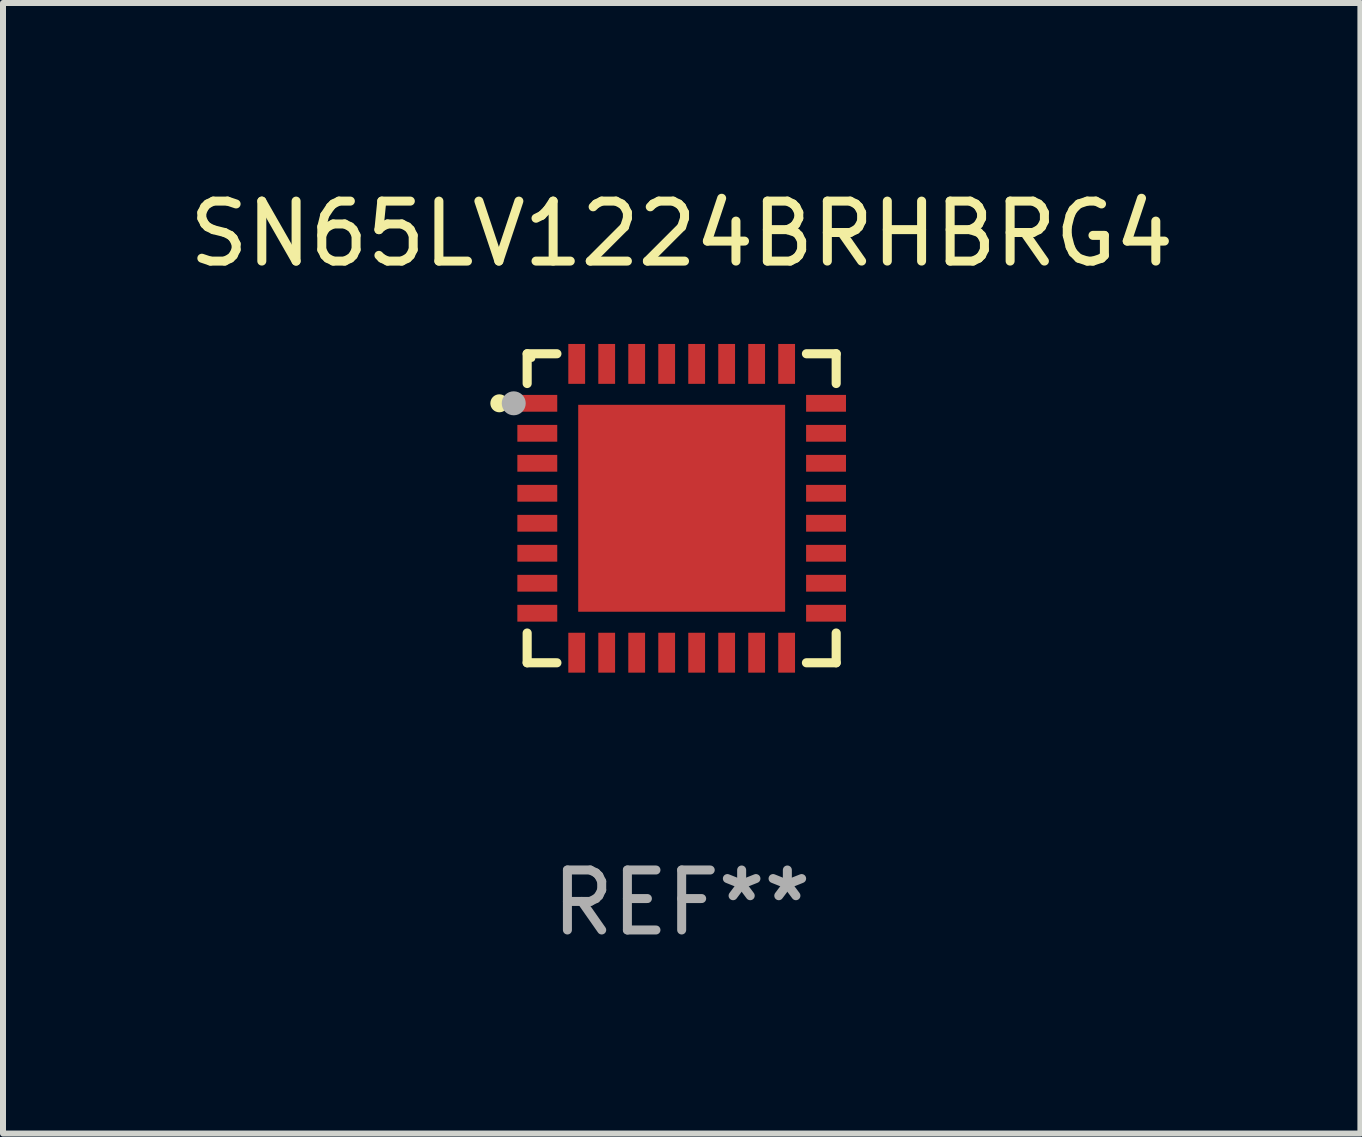
<source format=kicad_pcb>
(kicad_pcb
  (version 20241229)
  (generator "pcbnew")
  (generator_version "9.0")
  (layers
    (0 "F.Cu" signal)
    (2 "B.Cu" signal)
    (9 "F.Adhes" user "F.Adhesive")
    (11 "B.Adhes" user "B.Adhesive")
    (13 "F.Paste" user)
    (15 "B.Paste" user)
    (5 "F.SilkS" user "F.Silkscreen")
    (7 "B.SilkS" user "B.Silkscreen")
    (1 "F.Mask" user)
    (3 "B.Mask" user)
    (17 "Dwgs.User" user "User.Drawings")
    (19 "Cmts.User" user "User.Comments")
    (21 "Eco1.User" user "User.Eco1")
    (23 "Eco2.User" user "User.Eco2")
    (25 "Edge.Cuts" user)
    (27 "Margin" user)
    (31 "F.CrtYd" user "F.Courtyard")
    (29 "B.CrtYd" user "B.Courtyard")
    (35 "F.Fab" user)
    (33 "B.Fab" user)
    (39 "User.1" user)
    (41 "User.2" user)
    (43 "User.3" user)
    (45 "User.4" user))
  (footprint "SN65LV1224BRHBRG4"
    (layer "F.Cu")
    (at 8.315 5.424)
    (property "Reference" "SN65LV1224BRHBRG4" (at 0 -4.576 0) (layer "F.SilkS") (effects (font (size 1 1) (thickness 0.15))))
    (attr through_hole)
    (fp_line (start -2.576 -2.576) (end -2.576 -2.08) (stroke (width 0.152) (type solid)) (layer "F.SilkS"))
    (fp_line (start -2.576 2.576) (end -2.576 2.08) (stroke (width 0.152) (type solid)) (layer "F.SilkS"))
    (fp_line (start -2.08 -2.576) (end -2.576 -2.576) (stroke (width 0.152) (type solid)) (layer "F.SilkS"))
    (fp_line (start -2.08 2.576) (end -2.576 2.576) (stroke (width 0.152) (type solid)) (layer "F.SilkS"))
    (fp_line (start 2.08 -2.576) (end 2.576 -2.576) (stroke (width 0.152) (type solid)) (layer "F.SilkS"))
    (fp_line (start 2.08 2.576) (end 2.576 2.576) (stroke (width 0.152) (type solid)) (layer "F.SilkS"))
    (fp_line (start 2.576 -2.576) (end 2.576 -2.08) (stroke (width 0.152) (type solid)) (layer "F.SilkS"))
    (fp_line (start 2.576 2.576) (end 2.576 2.08) (stroke (width 0.152) (type solid)) (layer "F.SilkS"))
    (fp_circle (center -3.04 -1.75) (end -2.965 -1.75) (stroke (width 0.15) (type solid)) (fill no) (layer "F.SilkS"))
    (fp_circle (center -2.5 -2.5) (end -2.47 -2.5) (stroke (width 0.06) (type solid)) (fill no) (layer "F.SilkS"))
    (fp_circle (center -2.8 -1.75) (end -2.7 -1.75) (stroke (width 0.2) (type solid)) (fill no) (layer "F.Fab"))
    (fp_text user "REF**" (at 0 6.576 0) (layer "F.Fab") (effects (font (size 1 1) (thickness 0.15))))
    (pad "1" smd rect (at -2.407 -1.75) (size 0.665 0.28) (layers "F.Cu" "F.Mask" "F.Paste"))
    (pad "2" smd rect (at -2.407 -1.25) (size 0.665 0.28) (layers "F.Cu" "F.Mask" "F.Paste"))
    (pad "3" smd rect (at -2.407 -0.75) (size 0.665 0.28) (layers "F.Cu" "F.Mask" "F.Paste"))
    (pad "4" smd rect (at -2.407 -0.25) (size 0.665 0.28) (layers "F.Cu" "F.Mask" "F.Paste"))
    (pad "5" smd rect (at -2.407 0.25) (size 0.665 0.28) (layers "F.Cu" "F.Mask" "F.Paste"))
    (pad "6" smd rect (at -2.407 0.75) (size 0.665 0.28) (layers "F.Cu" "F.Mask" "F.Paste"))
    (pad "7" smd rect (at -2.407 1.25) (size 0.665 0.28) (layers "F.Cu" "F.Mask" "F.Paste"))
    (pad "8" smd rect (at -2.407 1.75) (size 0.665 0.28) (layers "F.Cu" "F.Mask" "F.Paste"))
    (pad "9" smd rect (at -1.75 2.408) (size 0.28 0.665) (layers "F.Cu" "F.Mask" "F.Paste"))
    (pad "10" smd rect (at -1.25 2.408) (size 0.28 0.665) (layers "F.Cu" "F.Mask" "F.Paste"))
    (pad "11" smd rect (at -0.75 2.408) (size 0.28 0.665) (layers "F.Cu" "F.Mask" "F.Paste"))
    (pad "12" smd rect (at -0.25 2.408) (size 0.28 0.665) (layers "F.Cu" "F.Mask" "F.Paste"))
    (pad "13" smd rect (at 0.25 2.408) (size 0.28 0.665) (layers "F.Cu" "F.Mask" "F.Paste"))
    (pad "14" smd rect (at 0.75 2.408) (size 0.28 0.665) (layers "F.Cu" "F.Mask" "F.Paste"))
    (pad "15" smd rect (at 1.25 2.408) (size 0.28 0.665) (layers "F.Cu" "F.Mask" "F.Paste"))
    (pad "16" smd rect (at 1.75 2.408) (size 0.28 0.665) (layers "F.Cu" "F.Mask" "F.Paste"))
    (pad "17" smd rect (at 2.407 1.75) (size 0.665 0.28) (layers "F.Cu" "F.Mask" "F.Paste"))
    (pad "18" smd rect (at 2.407 1.25) (size 0.665 0.28) (layers "F.Cu" "F.Mask" "F.Paste"))
    (pad "19" smd rect (at 2.407 0.75) (size 0.665 0.28) (layers "F.Cu" "F.Mask" "F.Paste"))
    (pad "20" smd rect (at 2.407 0.25) (size 0.665 0.28) (layers "F.Cu" "F.Mask" "F.Paste"))
    (pad "21" smd rect (at 2.407 -0.25) (size 0.665 0.28) (layers "F.Cu" "F.Mask" "F.Paste"))
    (pad "22" smd rect (at 2.407 -0.75) (size 0.665 0.28) (layers "F.Cu" "F.Mask" "F.Paste"))
    (pad "23" smd rect (at 2.407 -1.25) (size 0.665 0.28) (layers "F.Cu" "F.Mask" "F.Paste"))
    (pad "24" smd rect (at 2.407 -1.75) (size 0.665 0.28) (layers "F.Cu" "F.Mask" "F.Paste"))
    (pad "25" smd rect (at 1.75 -2.407) (size 0.28 0.665) (layers "F.Cu" "F.Mask" "F.Paste"))
    (pad "26" smd rect (at 1.25 -2.407) (size 0.28 0.665) (layers "F.Cu" "F.Mask" "F.Paste"))
    (pad "27" smd rect (at 0.75 -2.407) (size 0.28 0.665) (layers "F.Cu" "F.Mask" "F.Paste"))
    (pad "28" smd rect (at 0.25 -2.407) (size 0.28 0.665) (layers "F.Cu" "F.Mask" "F.Paste"))
    (pad "29" smd rect (at -0.25 -2.407) (size 0.28 0.665) (layers "F.Cu" "F.Mask" "F.Paste"))
    (pad "30" smd rect (at -0.75 -2.407) (size 0.28 0.665) (layers "F.Cu" "F.Mask" "F.Paste"))
    (pad "31" smd rect (at -1.25 -2.407) (size 0.28 0.665) (layers "F.Cu" "F.Mask" "F.Paste"))
    (pad "32" smd rect (at -1.75 -2.407) (size 0.28 0.665) (layers "F.Cu" "F.Mask" "F.Paste"))
    (pad "33" smd rect (at 0.000025 0.000127) (size 3.45 3.45) (layers "F.Cu" "F.Mask" "F.Paste")))
  (gr_rect
    (start -3 -3)
    (end 19.631 15.849)
    (stroke (width 0.1) (type default))
    (fill no)
    (layer "Edge.Cuts")))
</source>
